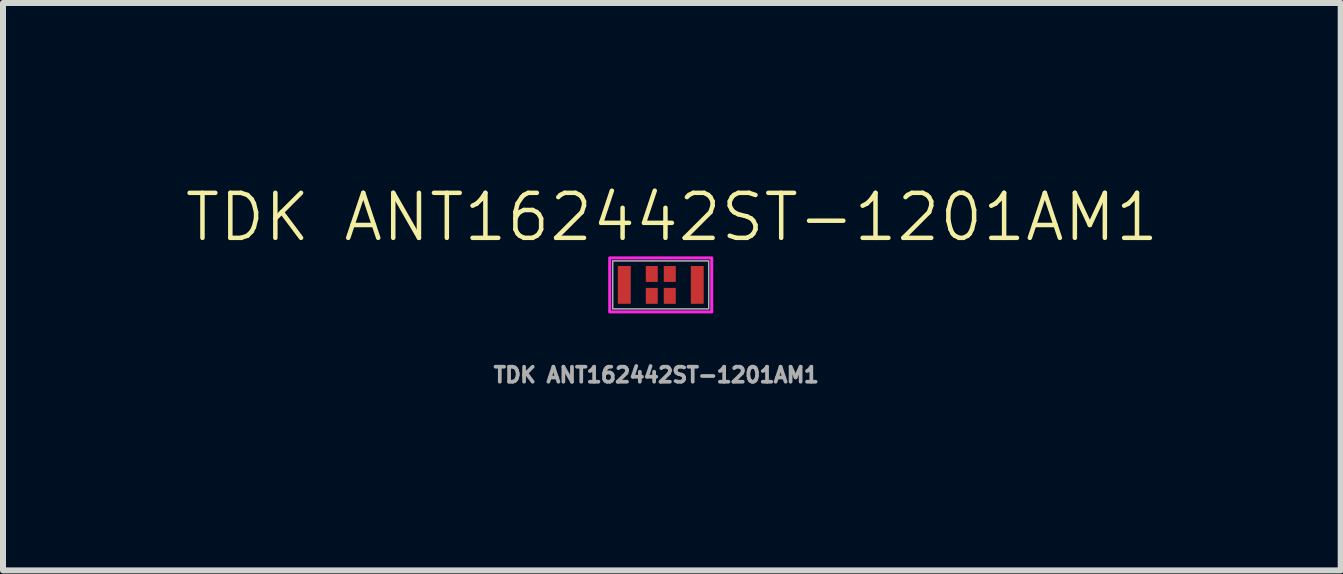
<source format=kicad_pcb>
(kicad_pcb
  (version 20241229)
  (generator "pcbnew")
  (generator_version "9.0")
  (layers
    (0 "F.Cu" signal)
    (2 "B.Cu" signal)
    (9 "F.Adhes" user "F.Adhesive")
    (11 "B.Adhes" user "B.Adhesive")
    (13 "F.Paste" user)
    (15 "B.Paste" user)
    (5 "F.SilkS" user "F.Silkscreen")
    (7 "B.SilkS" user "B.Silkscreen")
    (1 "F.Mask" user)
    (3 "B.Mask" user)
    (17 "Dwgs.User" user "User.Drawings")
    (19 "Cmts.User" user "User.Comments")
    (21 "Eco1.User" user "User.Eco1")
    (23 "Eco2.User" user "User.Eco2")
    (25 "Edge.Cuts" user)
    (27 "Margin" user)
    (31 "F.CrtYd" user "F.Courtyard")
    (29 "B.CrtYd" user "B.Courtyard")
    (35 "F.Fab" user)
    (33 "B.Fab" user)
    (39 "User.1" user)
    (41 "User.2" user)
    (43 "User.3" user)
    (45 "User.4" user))
  (footprint "TDK ANT162442ST-1201AM1"
    (layer "F.Cu")
    (at 7.109 2.147)
    (property "Reference" "TDK ANT162442ST-1201AM1" (at 1.036 -1.577 0) (unlocked yes) (layer "F.SilkS") (effects (font (size 0.75 0.75) (thickness 0.075))))
    (attr smd)
    (fp_rect (start 0.565 -0.771) (end 1.135 -0.491) (stroke (width 0.01) (type solid)) (fill yes) (layer "F.Mask"))
    (fp_rect (start 0.567 -0.408) (end 1.137 -0.128) (stroke (width 0.01) (type solid)) (fill yes) (layer "F.Mask"))
    (fp_rect (start 0 -0.9) (end 1.7 0) (stroke (width 0.05) (type default)) (fill no) (layer "F.CrtYd"))
    (fp_rect (start 0.05 -0.85) (end 1.65 -0.05) (stroke (width 0.025) (type default)) (fill no) (layer "F.Fab"))
    (fp_text user "${REFERENCE}" (at 0.776 1.051 0) (unlocked yes) (layer "F.Fab") (effects (font (size 0.25 0.25) (thickness 0.062))))
    (pad "1" smd rect (at 0.243 -0.45) (size 0.215 0.63) (layers "F.Cu" "F.Mask" "F.Paste"))
    (pad "2" smd rect (at 0.701 -0.632) (size 0.2 0.265) (layers "F.Cu" "F.Mask" "F.Paste"))
    (pad "3" smd rect (at 1.001 -0.632 180) (size 0.2 0.265) (layers "F.Cu" "F.Mask" "F.Paste"))
    (pad "4" smd rect (at 1.459 -0.45) (size 0.215 0.63) (layers "F.Cu" "F.Mask" "F.Paste"))
    (pad "5" smd rect (at 1.001 -0.267) (size 0.2 0.265) (layers "F.Cu" "F.Mask" "F.Paste"))
    (pad "6" smd rect (at 0.701 -0.267) (size 0.2 0.265) (layers "F.Cu" "F.Mask" "F.Paste")))
  (gr_rect
    (start -3 -3)
    (end 19.289 6.454)
    (stroke (width 0.1) (type default))
    (fill no)
    (layer "Edge.Cuts")))
</source>
